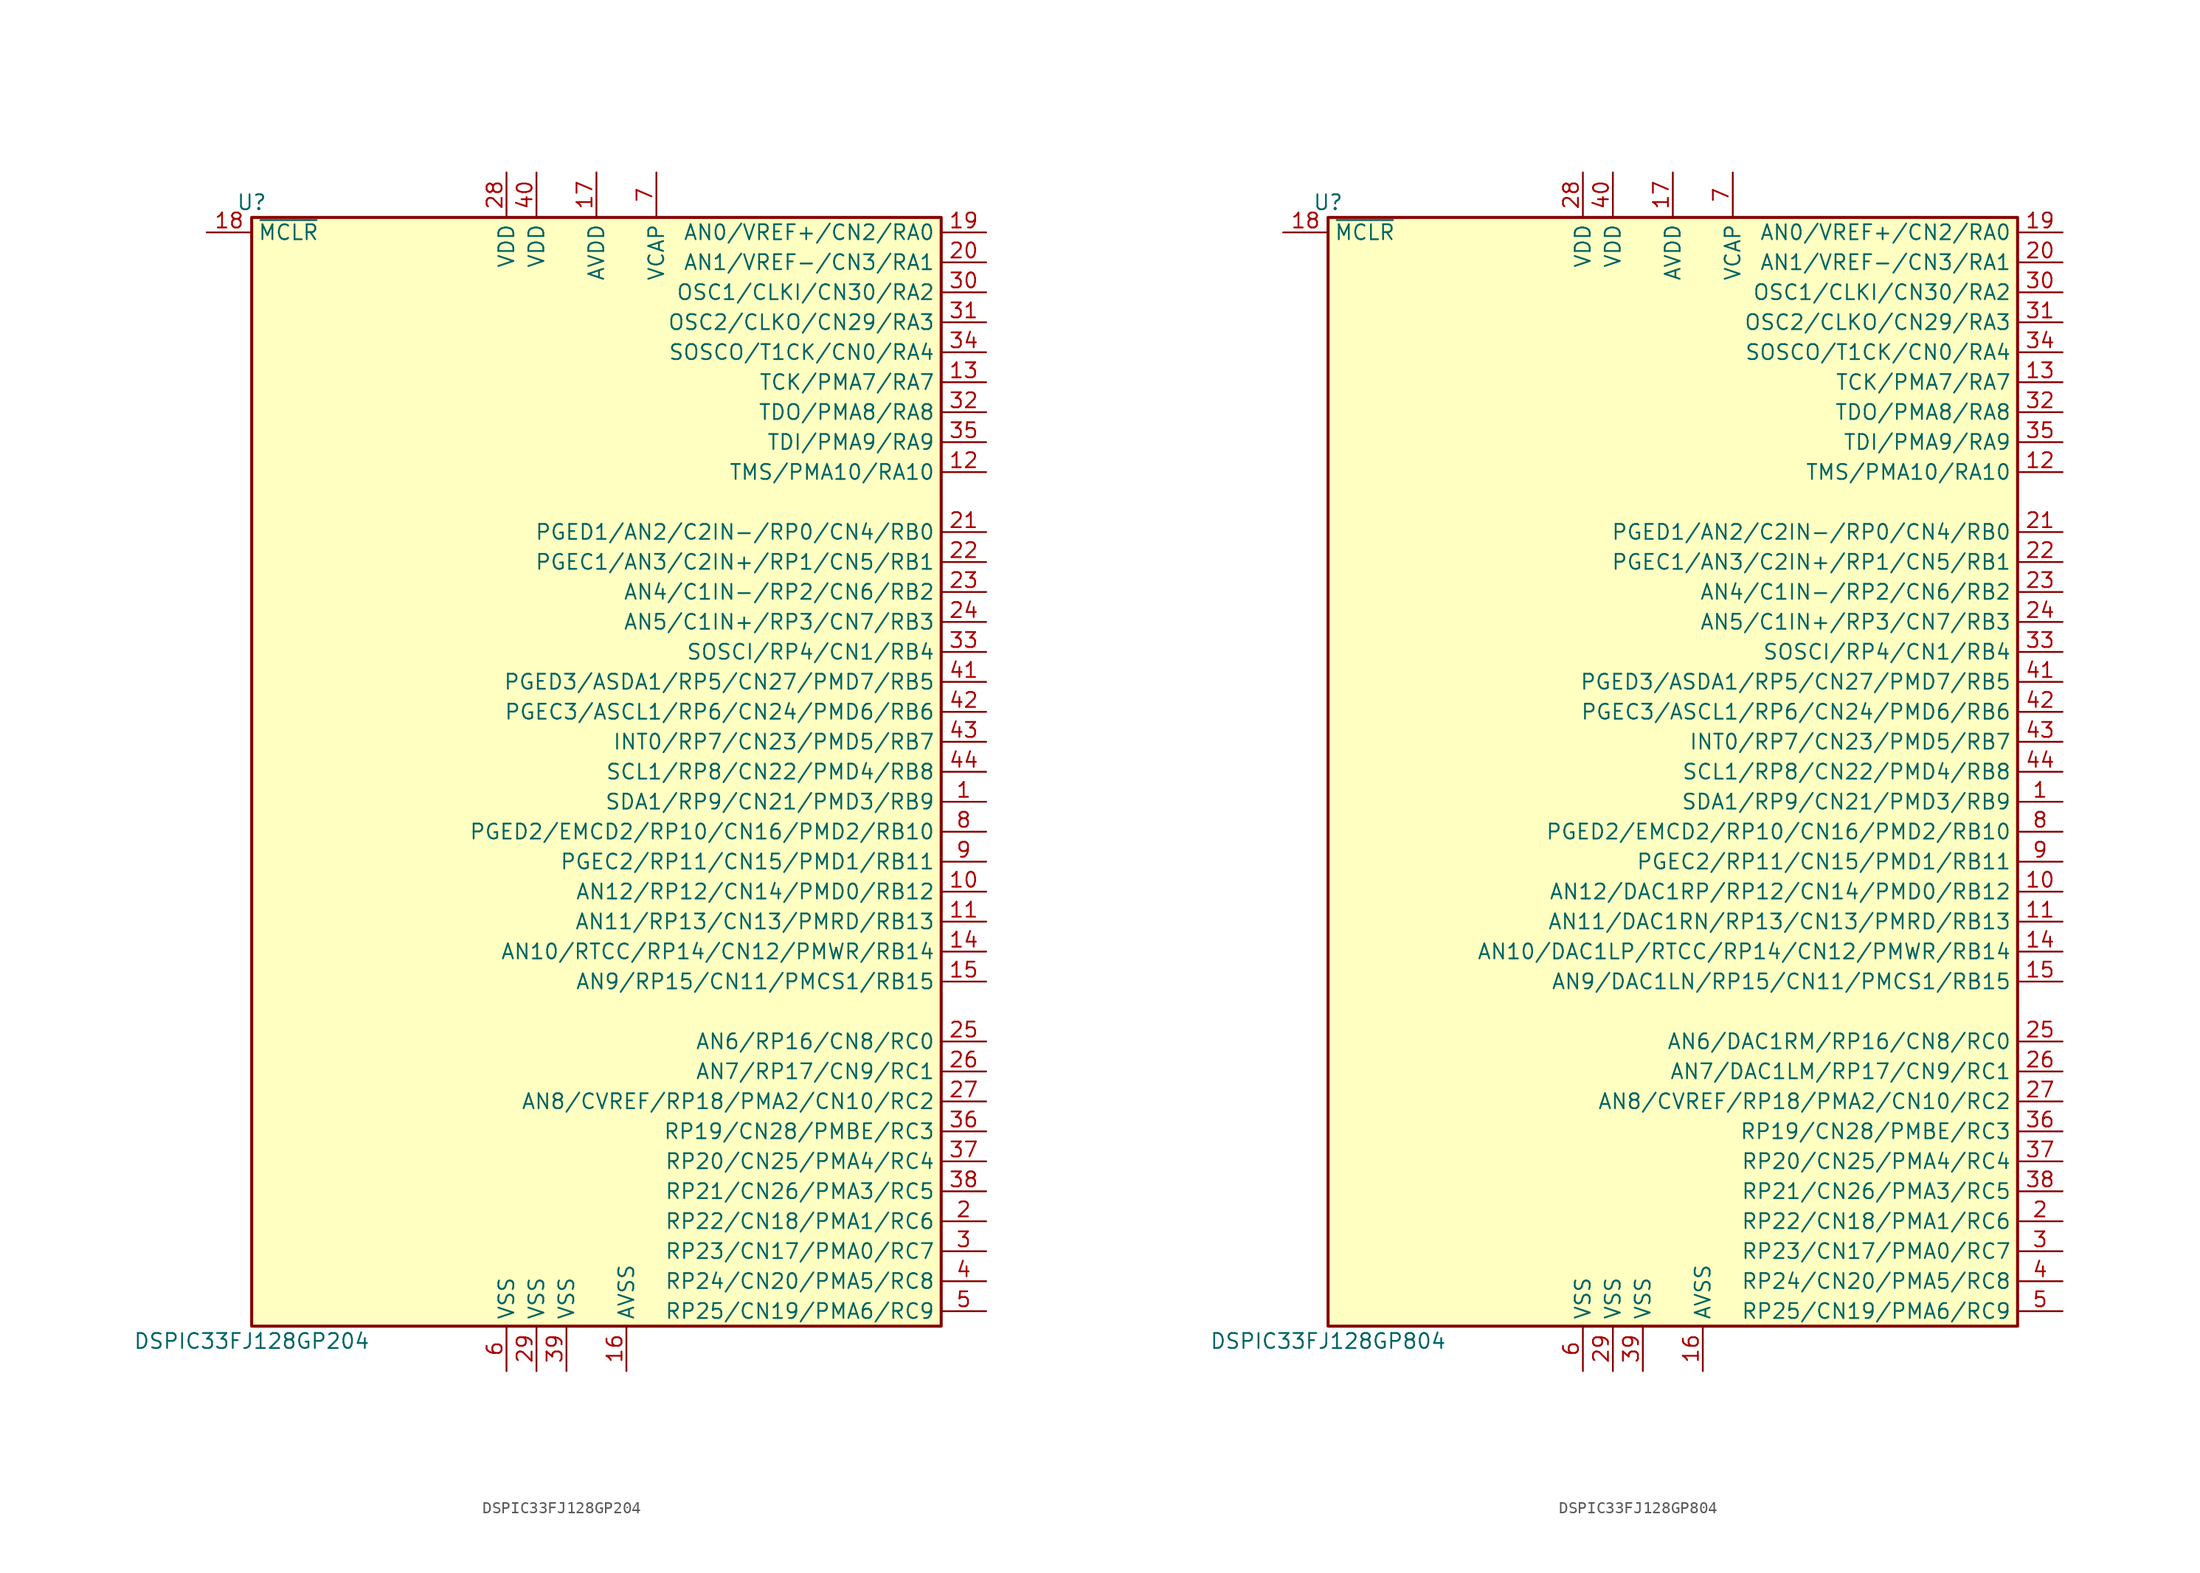
<source format=kicad_sym>
(kicad_symbol_lib
  (version 20241209)
  (generator "kicad_symbol_editor")
  (generator_version "9.0")
  (symbol "DSPIC33FJ128GP204"
    (property "Reference" "U"
      (at -29.21 48.26 0)
      (effects (font (size 1.27 1.27))))
    (property "Value" "DSPIC33FJ128GP204"
      (at -29.21 -48.26 0)
      (effects (font (size 1.27 1.27))))
    (symbol "DSPIC33FJ128GP204_1_1"
      (rectangle (start -29.21 46.99) (end 29.21 -46.99) (stroke (width 0.254) (type default)) (fill (type background)))
      (pin input line (at -33.02 45.72 0) (length 3.81) (name "~{MCLR}" (effects (font (size 1.27 1.27)))) (number "18" (effects (font (size 1.27 1.27)))))
      (pin power_in line (at -7.62 50.8 270) (length 3.81) (name "VDD" (effects (font (size 1.27 1.27)))) (number "28" (effects (font (size 1.27 1.27)))))
      (pin power_in line (at -7.62 -50.8 90) (length 3.81) (name "VSS" (effects (font (size 1.27 1.27)))) (number "6" (effects (font (size 1.27 1.27)))))
      (pin power_in line (at -5.08 50.8 270) (length 3.81) (name "VDD" (effects (font (size 1.27 1.27)))) (number "40" (effects (font (size 1.27 1.27)))))
      (pin power_in line (at -5.08 -50.8 90) (length 3.81) (name "VSS" (effects (font (size 1.27 1.27)))) (number "29" (effects (font (size 1.27 1.27)))))
      (pin power_in line (at -2.54 -50.8 90) (length 3.81) (name "VSS" (effects (font (size 1.27 1.27)))) (number "39" (effects (font (size 1.27 1.27)))))
      (pin power_in line (at 0 50.8 270) (length 3.81) (name "AVDD" (effects (font (size 1.27 1.27)))) (number "17" (effects (font (size 1.27 1.27)))))
      (pin power_in line (at 2.54 -50.8 90) (length 3.81) (name "AVSS" (effects (font (size 1.27 1.27)))) (number "16" (effects (font (size 1.27 1.27)))))
      (pin power_in line (at 5.08 50.8 270) (length 3.81) (name "VCAP" (effects (font (size 1.27 1.27)))) (number "7" (effects (font (size 1.27 1.27)))))
      (pin bidirectional line (at 33.02 45.72 180) (length 3.81) (name "AN0/VREF+/CN2/RA0" (effects (font (size 1.27 1.27)))) (number "19" (effects (font (size 1.27 1.27)))))
      (pin bidirectional line (at 33.02 43.18 180) (length 3.81) (name "AN1/VREF-/CN3/RA1" (effects (font (size 1.27 1.27)))) (number "20" (effects (font (size 1.27 1.27)))))
      (pin input line (at 33.02 40.64 180) (length 3.81) (name "OSC1/CLKI/CN30/RA2" (effects (font (size 1.27 1.27)))) (number "30" (effects (font (size 1.27 1.27)))))
      (pin input line (at 33.02 38.1 180) (length 3.81) (name "OSC2/CLKO/CN29/RA3" (effects (font (size 1.27 1.27)))) (number "31" (effects (font (size 1.27 1.27)))))
      (pin input line (at 33.02 35.56 180) (length 3.81) (name "SOSCO/T1CK/CN0/RA4" (effects (font (size 1.27 1.27)))) (number "34" (effects (font (size 1.27 1.27)))))
      (pin bidirectional line (at 33.02 33.02 180) (length 3.81) (name "TCK/PMA7/RA7" (effects (font (size 1.27 1.27)))) (number "13" (effects (font (size 1.27 1.27)))))
      (pin input line (at 33.02 30.48 180) (length 3.81) (name "TDO/PMA8/RA8" (effects (font (size 1.27 1.27)))) (number "32" (effects (font (size 1.27 1.27)))))
      (pin input line (at 33.02 27.94 180) (length 3.81) (name "TDI/PMA9/RA9" (effects (font (size 1.27 1.27)))) (number "35" (effects (font (size 1.27 1.27)))))
      (pin bidirectional line (at 33.02 25.4 180) (length 3.81) (name "TMS/PMA10/RA10" (effects (font (size 1.27 1.27)))) (number "12" (effects (font (size 1.27 1.27)))))
      (pin bidirectional line (at 33.02 20.32 180) (length 3.81) (name "PGED1/AN2/C2IN-/RP0/CN4/RB0" (effects (font (size 1.27 1.27)))) (number "21" (effects (font (size 1.27 1.27)))))
      (pin bidirectional line (at 33.02 17.78 180) (length 3.81) (name "PGEC1/AN3/C2IN+/RP1/CN5/RB1" (effects (font (size 1.27 1.27)))) (number "22" (effects (font (size 1.27 1.27)))))
      (pin bidirectional line (at 33.02 15.24 180) (length 3.81) (name "AN4/C1IN-/RP2/CN6/RB2" (effects (font (size 1.27 1.27)))) (number "23" (effects (font (size 1.27 1.27)))))
      (pin bidirectional line (at 33.02 12.7 180) (length 3.81) (name "AN5/C1IN+/RP3/CN7/RB3" (effects (font (size 1.27 1.27)))) (number "24" (effects (font (size 1.27 1.27)))))
      (pin input line (at 33.02 10.16 180) (length 3.81) (name "SOSCI/RP4/CN1/RB4" (effects (font (size 1.27 1.27)))) (number "33" (effects (font (size 1.27 1.27)))))
      (pin input line (at 33.02 7.62 180) (length 3.81) (name "PGED3/ASDA1/RP5/CN27/PMD7/RB5" (effects (font (size 1.27 1.27)))) (number "41" (effects (font (size 1.27 1.27)))))
      (pin input line (at 33.02 5.08 180) (length 3.81) (name "PGEC3/ASCL1/RP6/CN24/PMD6/RB6" (effects (font (size 1.27 1.27)))) (number "42" (effects (font (size 1.27 1.27)))))
      (pin input line (at 33.02 2.54 180) (length 3.81) (name "INT0/RP7/CN23/PMD5/RB7" (effects (font (size 1.27 1.27)))) (number "43" (effects (font (size 1.27 1.27)))))
      (pin input line (at 33.02 0 180) (length 3.81) (name "SCL1/RP8/CN22/PMD4/RB8" (effects (font (size 1.27 1.27)))) (number "44" (effects (font (size 1.27 1.27)))))
      (pin bidirectional line (at 33.02 -2.54 180) (length 3.81) (name "SDA1/RP9/CN21/PMD3/RB9" (effects (font (size 1.27 1.27)))) (number "1" (effects (font (size 1.27 1.27)))))
      (pin bidirectional line (at 33.02 -5.08 180) (length 3.81) (name "PGED2/EMCD2/RP10/CN16/PMD2/RB10" (effects (font (size 1.27 1.27)))) (number "8" (effects (font (size 1.27 1.27)))))
      (pin bidirectional line (at 33.02 -7.62 180) (length 3.81) (name "PGEC2/RP11/CN15/PMD1/RB11" (effects (font (size 1.27 1.27)))) (number "9" (effects (font (size 1.27 1.27)))))
      (pin bidirectional line (at 33.02 -10.16 180) (length 3.81) (name "AN12/RP12/CN14/PMD0/RB12" (effects (font (size 1.27 1.27)))) (number "10" (effects (font (size 1.27 1.27)))))
      (pin bidirectional line (at 33.02 -12.7 180) (length 3.81) (name "AN11/RP13/CN13/PMRD/RB13" (effects (font (size 1.27 1.27)))) (number "11" (effects (font (size 1.27 1.27)))))
      (pin bidirectional line (at 33.02 -15.24 180) (length 3.81) (name "AN10/RTCC/RP14/CN12/PMWR/RB14" (effects (font (size 1.27 1.27)))) (number "14" (effects (font (size 1.27 1.27)))))
      (pin bidirectional line (at 33.02 -17.78 180) (length 3.81) (name "AN9/RP15/CN11/PMCS1/RB15" (effects (font (size 1.27 1.27)))) (number "15" (effects (font (size 1.27 1.27)))))
      (pin bidirectional line (at 33.02 -22.86 180) (length 3.81) (name "AN6/RP16/CN8/RC0" (effects (font (size 1.27 1.27)))) (number "25" (effects (font (size 1.27 1.27)))))
      (pin bidirectional line (at 33.02 -25.4 180) (length 3.81) (name "AN7/RP17/CN9/RC1" (effects (font (size 1.27 1.27)))) (number "26" (effects (font (size 1.27 1.27)))))
      (pin bidirectional line (at 33.02 -27.94 180) (length 3.81) (name "AN8/CVREF/RP18/PMA2/CN10/RC2" (effects (font (size 1.27 1.27)))) (number "27" (effects (font (size 1.27 1.27)))))
      (pin input line (at 33.02 -30.48 180) (length 3.81) (name "RP19/CN28/PMBE/RC3" (effects (font (size 1.27 1.27)))) (number "36" (effects (font (size 1.27 1.27)))))
      (pin input line (at 33.02 -33.02 180) (length 3.81) (name "RP20/CN25/PMA4/RC4" (effects (font (size 1.27 1.27)))) (number "37" (effects (font (size 1.27 1.27)))))
      (pin input line (at 33.02 -35.56 180) (length 3.81) (name "RP21/CN26/PMA3/RC5" (effects (font (size 1.27 1.27)))) (number "38" (effects (font (size 1.27 1.27)))))
      (pin bidirectional line (at 33.02 -38.1 180) (length 3.81) (name "RP22/CN18/PMA1/RC6" (effects (font (size 1.27 1.27)))) (number "2" (effects (font (size 1.27 1.27)))))
      (pin bidirectional line (at 33.02 -40.64 180) (length 3.81) (name "RP23/CN17/PMA0/RC7" (effects (font (size 1.27 1.27)))) (number "3" (effects (font (size 1.27 1.27)))))
      (pin bidirectional line (at 33.02 -43.18 180) (length 3.81) (name "RP24/CN20/PMA5/RC8" (effects (font (size 1.27 1.27)))) (number "4" (effects (font (size 1.27 1.27)))))
      (pin bidirectional line (at 33.02 -45.72 180) (length 3.81) (name "RP25/CN19/PMA6/RC9" (effects (font (size 1.27 1.27)))) (number "5" (effects (font (size 1.27 1.27)))))))
  (symbol "DSPIC33FJ128GP804"
    (property "Reference" "U"
      (at -29.21 48.26 0)
      (effects (font (size 1.27 1.27))))
    (property "Value" "DSPIC33FJ128GP804"
      (at -29.21 -48.26 0)
      (effects (font (size 1.27 1.27))))
    (symbol "DSPIC33FJ128GP804_1_1"
      (rectangle (start -29.21 46.99) (end 29.21 -46.99) (stroke (width 0.254) (type default)) (fill (type background)))
      (pin input line (at -33.02 45.72 0) (length 3.81) (name "~{MCLR}" (effects (font (size 1.27 1.27)))) (number "18" (effects (font (size 1.27 1.27)))))
      (pin power_in line (at -7.62 50.8 270) (length 3.81) (name "VDD" (effects (font (size 1.27 1.27)))) (number "28" (effects (font (size 1.27 1.27)))))
      (pin power_in line (at -7.62 -50.8 90) (length 3.81) (name "VSS" (effects (font (size 1.27 1.27)))) (number "6" (effects (font (size 1.27 1.27)))))
      (pin power_in line (at -5.08 50.8 270) (length 3.81) (name "VDD" (effects (font (size 1.27 1.27)))) (number "40" (effects (font (size 1.27 1.27)))))
      (pin power_in line (at -5.08 -50.8 90) (length 3.81) (name "VSS" (effects (font (size 1.27 1.27)))) (number "29" (effects (font (size 1.27 1.27)))))
      (pin power_in line (at -2.54 -50.8 90) (length 3.81) (name "VSS" (effects (font (size 1.27 1.27)))) (number "39" (effects (font (size 1.27 1.27)))))
      (pin power_in line (at 0 50.8 270) (length 3.81) (name "AVDD" (effects (font (size 1.27 1.27)))) (number "17" (effects (font (size 1.27 1.27)))))
      (pin power_in line (at 2.54 -50.8 90) (length 3.81) (name "AVSS" (effects (font (size 1.27 1.27)))) (number "16" (effects (font (size 1.27 1.27)))))
      (pin power_in line (at 5.08 50.8 270) (length 3.81) (name "VCAP" (effects (font (size 1.27 1.27)))) (number "7" (effects (font (size 1.27 1.27)))))
      (pin bidirectional line (at 33.02 45.72 180) (length 3.81) (name "AN0/VREF+/CN2/RA0" (effects (font (size 1.27 1.27)))) (number "19" (effects (font (size 1.27 1.27)))))
      (pin bidirectional line (at 33.02 43.18 180) (length 3.81) (name "AN1/VREF-/CN3/RA1" (effects (font (size 1.27 1.27)))) (number "20" (effects (font (size 1.27 1.27)))))
      (pin input line (at 33.02 40.64 180) (length 3.81) (name "OSC1/CLKI/CN30/RA2" (effects (font (size 1.27 1.27)))) (number "30" (effects (font (size 1.27 1.27)))))
      (pin input line (at 33.02 38.1 180) (length 3.81) (name "OSC2/CLKO/CN29/RA3" (effects (font (size 1.27 1.27)))) (number "31" (effects (font (size 1.27 1.27)))))
      (pin input line (at 33.02 35.56 180) (length 3.81) (name "SOSCO/T1CK/CN0/RA4" (effects (font (size 1.27 1.27)))) (number "34" (effects (font (size 1.27 1.27)))))
      (pin bidirectional line (at 33.02 33.02 180) (length 3.81) (name "TCK/PMA7/RA7" (effects (font (size 1.27 1.27)))) (number "13" (effects (font (size 1.27 1.27)))))
      (pin input line (at 33.02 30.48 180) (length 3.81) (name "TDO/PMA8/RA8" (effects (font (size 1.27 1.27)))) (number "32" (effects (font (size 1.27 1.27)))))
      (pin input line (at 33.02 27.94 180) (length 3.81) (name "TDI/PMA9/RA9" (effects (font (size 1.27 1.27)))) (number "35" (effects (font (size 1.27 1.27)))))
      (pin bidirectional line (at 33.02 25.4 180) (length 3.81) (name "TMS/PMA10/RA10" (effects (font (size 1.27 1.27)))) (number "12" (effects (font (size 1.27 1.27)))))
      (pin bidirectional line (at 33.02 20.32 180) (length 3.81) (name "PGED1/AN2/C2IN-/RP0/CN4/RB0" (effects (font (size 1.27 1.27)))) (number "21" (effects (font (size 1.27 1.27)))))
      (pin bidirectional line (at 33.02 17.78 180) (length 3.81) (name "PGEC1/AN3/C2IN+/RP1/CN5/RB1" (effects (font (size 1.27 1.27)))) (number "22" (effects (font (size 1.27 1.27)))))
      (pin bidirectional line (at 33.02 15.24 180) (length 3.81) (name "AN4/C1IN-/RP2/CN6/RB2" (effects (font (size 1.27 1.27)))) (number "23" (effects (font (size 1.27 1.27)))))
      (pin bidirectional line (at 33.02 12.7 180) (length 3.81) (name "AN5/C1IN+/RP3/CN7/RB3" (effects (font (size 1.27 1.27)))) (number "24" (effects (font (size 1.27 1.27)))))
      (pin input line (at 33.02 10.16 180) (length 3.81) (name "SOSCI/RP4/CN1/RB4" (effects (font (size 1.27 1.27)))) (number "33" (effects (font (size 1.27 1.27)))))
      (pin input line (at 33.02 7.62 180) (length 3.81) (name "PGED3/ASDA1/RP5/CN27/PMD7/RB5" (effects (font (size 1.27 1.27)))) (number "41" (effects (font (size 1.27 1.27)))))
      (pin input line (at 33.02 5.08 180) (length 3.81) (name "PGEC3/ASCL1/RP6/CN24/PMD6/RB6" (effects (font (size 1.27 1.27)))) (number "42" (effects (font (size 1.27 1.27)))))
      (pin input line (at 33.02 2.54 180) (length 3.81) (name "INT0/RP7/CN23/PMD5/RB7" (effects (font (size 1.27 1.27)))) (number "43" (effects (font (size 1.27 1.27)))))
      (pin input line (at 33.02 0 180) (length 3.81) (name "SCL1/RP8/CN22/PMD4/RB8" (effects (font (size 1.27 1.27)))) (number "44" (effects (font (size 1.27 1.27)))))
      (pin bidirectional line (at 33.02 -2.54 180) (length 3.81) (name "SDA1/RP9/CN21/PMD3/RB9" (effects (font (size 1.27 1.27)))) (number "1" (effects (font (size 1.27 1.27)))))
      (pin bidirectional line (at 33.02 -5.08 180) (length 3.81) (name "PGED2/EMCD2/RP10/CN16/PMD2/RB10" (effects (font (size 1.27 1.27)))) (number "8" (effects (font (size 1.27 1.27)))))
      (pin bidirectional line (at 33.02 -7.62 180) (length 3.81) (name "PGEC2/RP11/CN15/PMD1/RB11" (effects (font (size 1.27 1.27)))) (number "9" (effects (font (size 1.27 1.27)))))
      (pin bidirectional line (at 33.02 -10.16 180) (length 3.81) (name "AN12/DAC1RP/RP12/CN14/PMD0/RB12" (effects (font (size 1.27 1.27)))) (number "10" (effects (font (size 1.27 1.27)))))
      (pin bidirectional line (at 33.02 -12.7 180) (length 3.81) (name "AN11/DAC1RN/RP13/CN13/PMRD/RB13" (effects (font (size 1.27 1.27)))) (number "11" (effects (font (size 1.27 1.27)))))
      (pin bidirectional line (at 33.02 -15.24 180) (length 3.81) (name "AN10/DAC1LP/RTCC/RP14/CN12/PMWR/RB14" (effects (font (size 1.27 1.27)))) (number "14" (effects (font (size 1.27 1.27)))))
      (pin bidirectional line (at 33.02 -17.78 180) (length 3.81) (name "AN9/DAC1LN/RP15/CN11/PMCS1/RB15" (effects (font (size 1.27 1.27)))) (number "15" (effects (font (size 1.27 1.27)))))
      (pin bidirectional line (at 33.02 -22.86 180) (length 3.81) (name "AN6/DAC1RM/RP16/CN8/RC0" (effects (font (size 1.27 1.27)))) (number "25" (effects (font (size 1.27 1.27)))))
      (pin bidirectional line (at 33.02 -25.4 180) (length 3.81) (name "AN7/DAC1LM/RP17/CN9/RC1" (effects (font (size 1.27 1.27)))) (number "26" (effects (font (size 1.27 1.27)))))
      (pin bidirectional line (at 33.02 -27.94 180) (length 3.81) (name "AN8/CVREF/RP18/PMA2/CN10/RC2" (effects (font (size 1.27 1.27)))) (number "27" (effects (font (size 1.27 1.27)))))
      (pin input line (at 33.02 -30.48 180) (length 3.81) (name "RP19/CN28/PMBE/RC3" (effects (font (size 1.27 1.27)))) (number "36" (effects (font (size 1.27 1.27)))))
      (pin input line (at 33.02 -33.02 180) (length 3.81) (name "RP20/CN25/PMA4/RC4" (effects (font (size 1.27 1.27)))) (number "37" (effects (font (size 1.27 1.27)))))
      (pin input line (at 33.02 -35.56 180) (length 3.81) (name "RP21/CN26/PMA3/RC5" (effects (font (size 1.27 1.27)))) (number "38" (effects (font (size 1.27 1.27)))))
      (pin bidirectional line (at 33.02 -38.1 180) (length 3.81) (name "RP22/CN18/PMA1/RC6" (effects (font (size 1.27 1.27)))) (number "2" (effects (font (size 1.27 1.27)))))
      (pin bidirectional line (at 33.02 -40.64 180) (length 3.81) (name "RP23/CN17/PMA0/RC7" (effects (font (size 1.27 1.27)))) (number "3" (effects (font (size 1.27 1.27)))))
      (pin bidirectional line (at 33.02 -43.18 180) (length 3.81) (name "RP24/CN20/PMA5/RC8" (effects (font (size 1.27 1.27)))) (number "4" (effects (font (size 1.27 1.27)))))
      (pin bidirectional line (at 33.02 -45.72 180) (length 3.81) (name "RP25/CN19/PMA6/RC9" (effects (font (size 1.27 1.27)))) (number "5" (effects (font (size 1.27 1.27))))))))
</source>
